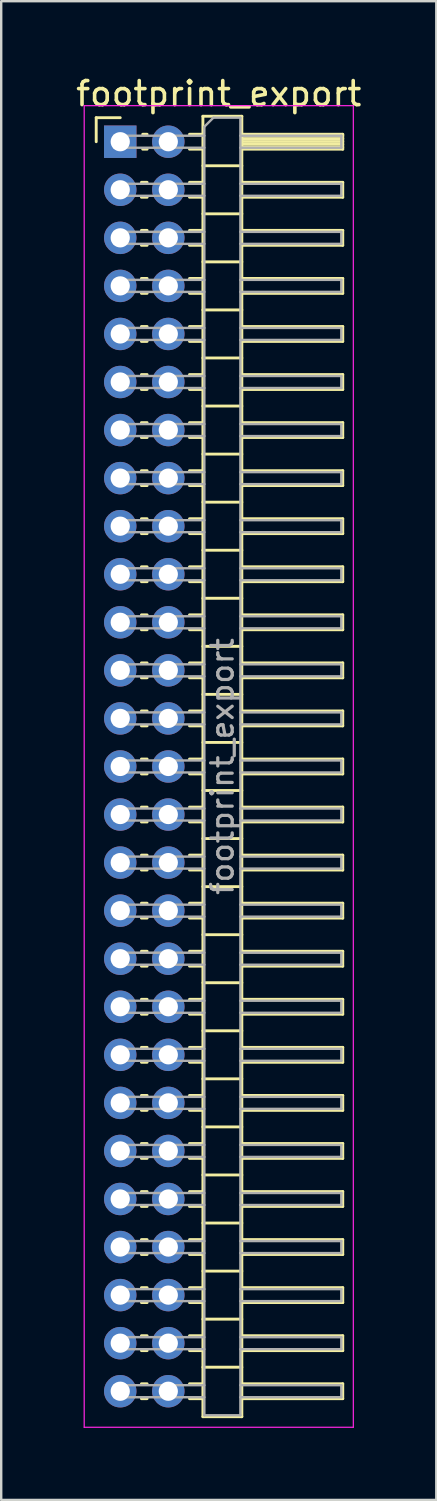
<source format=kicad_pcb>
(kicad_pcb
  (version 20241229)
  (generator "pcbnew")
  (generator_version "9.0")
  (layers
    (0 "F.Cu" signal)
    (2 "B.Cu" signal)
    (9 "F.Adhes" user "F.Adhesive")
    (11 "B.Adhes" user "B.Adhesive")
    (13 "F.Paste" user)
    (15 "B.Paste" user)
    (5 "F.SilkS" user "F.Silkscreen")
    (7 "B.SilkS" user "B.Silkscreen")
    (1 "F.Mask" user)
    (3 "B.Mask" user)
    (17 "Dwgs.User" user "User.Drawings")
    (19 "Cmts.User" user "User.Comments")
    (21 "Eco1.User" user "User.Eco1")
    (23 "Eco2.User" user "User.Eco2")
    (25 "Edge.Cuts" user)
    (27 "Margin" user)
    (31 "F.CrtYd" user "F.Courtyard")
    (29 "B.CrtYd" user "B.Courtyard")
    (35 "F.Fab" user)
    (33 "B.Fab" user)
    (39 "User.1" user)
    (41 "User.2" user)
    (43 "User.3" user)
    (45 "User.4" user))
  (footprint "footprint_export"
    (layer "F.Cu")
    (at 1.954 2.848)
    (property "Reference" "footprint_export" (at 4.1 -2 0) (layer "F.SilkS") (effects (font (size 1 1) (thickness 0.15))))
    (attr through_hole)
    (fp_line (start -1 -1) (end 0 -1) (stroke (width 0.12) (type solid)) (layer "F.SilkS"))
    (fp_line (start -1 0) (end -1 -1) (stroke (width 0.12) (type solid)) (layer "F.SilkS"))
    (fp_line (start 0.882 1.69) (end 1.118 1.69) (stroke (width 0.12) (type solid)) (layer "F.SilkS"))
    (fp_line (start 0.882 2.31) (end 1.118 2.31) (stroke (width 0.12) (type solid)) (layer "F.SilkS"))
    (fp_line (start 0.882 3.69) (end 1.118 3.69) (stroke (width 0.12) (type solid)) (layer "F.SilkS"))
    (fp_line (start 0.882 4.31) (end 1.118 4.31) (stroke (width 0.12) (type solid)) (layer "F.SilkS"))
    (fp_line (start 0.882 5.69) (end 1.118 5.69) (stroke (width 0.12) (type solid)) (layer "F.SilkS"))
    (fp_line (start 0.882 6.31) (end 1.118 6.31) (stroke (width 0.12) (type solid)) (layer "F.SilkS"))
    (fp_line (start 0.882 7.69) (end 1.118 7.69) (stroke (width 0.12) (type solid)) (layer "F.SilkS"))
    (fp_line (start 0.882 8.31) (end 1.118 8.31) (stroke (width 0.12) (type solid)) (layer "F.SilkS"))
    (fp_line (start 0.882 9.69) (end 1.118 9.69) (stroke (width 0.12) (type solid)) (layer "F.SilkS"))
    (fp_line (start 0.882 10.31) (end 1.118 10.31) (stroke (width 0.12) (type solid)) (layer "F.SilkS"))
    (fp_line (start 0.882 11.69) (end 1.118 11.69) (stroke (width 0.12) (type solid)) (layer "F.SilkS"))
    (fp_line (start 0.882 12.31) (end 1.118 12.31) (stroke (width 0.12) (type solid)) (layer "F.SilkS"))
    (fp_line (start 0.882 13.69) (end 1.118 13.69) (stroke (width 0.12) (type solid)) (layer "F.SilkS"))
    (fp_line (start 0.882 14.31) (end 1.118 14.31) (stroke (width 0.12) (type solid)) (layer "F.SilkS"))
    (fp_line (start 0.882 15.69) (end 1.118 15.69) (stroke (width 0.12) (type solid)) (layer "F.SilkS"))
    (fp_line (start 0.882 16.31) (end 1.118 16.31) (stroke (width 0.12) (type solid)) (layer "F.SilkS"))
    (fp_line (start 0.882 17.69) (end 1.118 17.69) (stroke (width 0.12) (type solid)) (layer "F.SilkS"))
    (fp_line (start 0.882 18.31) (end 1.118 18.31) (stroke (width 0.12) (type solid)) (layer "F.SilkS"))
    (fp_line (start 0.882 19.69) (end 1.118 19.69) (stroke (width 0.12) (type solid)) (layer "F.SilkS"))
    (fp_line (start 0.882 20.31) (end 1.118 20.31) (stroke (width 0.12) (type solid)) (layer "F.SilkS"))
    (fp_line (start 0.882 21.69) (end 1.118 21.69) (stroke (width 0.12) (type solid)) (layer "F.SilkS"))
    (fp_line (start 0.882 22.31) (end 1.118 22.31) (stroke (width 0.12) (type solid)) (layer "F.SilkS"))
    (fp_line (start 0.882 23.69) (end 1.118 23.69) (stroke (width 0.12) (type solid)) (layer "F.SilkS"))
    (fp_line (start 0.882 24.31) (end 1.118 24.31) (stroke (width 0.12) (type solid)) (layer "F.SilkS"))
    (fp_line (start 0.882 25.69) (end 1.118 25.69) (stroke (width 0.12) (type solid)) (layer "F.SilkS"))
    (fp_line (start 0.882 26.31) (end 1.118 26.31) (stroke (width 0.12) (type solid)) (layer "F.SilkS"))
    (fp_line (start 0.882 27.69) (end 1.118 27.69) (stroke (width 0.12) (type solid)) (layer "F.SilkS"))
    (fp_line (start 0.882 28.31) (end 1.118 28.31) (stroke (width 0.12) (type solid)) (layer "F.SilkS"))
    (fp_line (start 0.882 29.69) (end 1.118 29.69) (stroke (width 0.12) (type solid)) (layer "F.SilkS"))
    (fp_line (start 0.882 30.31) (end 1.118 30.31) (stroke (width 0.12) (type solid)) (layer "F.SilkS"))
    (fp_line (start 0.882 31.69) (end 1.118 31.69) (stroke (width 0.12) (type solid)) (layer "F.SilkS"))
    (fp_line (start 0.882 32.31) (end 1.118 32.31) (stroke (width 0.12) (type solid)) (layer "F.SilkS"))
    (fp_line (start 0.882 33.69) (end 1.118 33.69) (stroke (width 0.12) (type solid)) (layer "F.SilkS"))
    (fp_line (start 0.882 34.31) (end 1.118 34.31) (stroke (width 0.12) (type solid)) (layer "F.SilkS"))
    (fp_line (start 0.882 35.69) (end 1.118 35.69) (stroke (width 0.12) (type solid)) (layer "F.SilkS"))
    (fp_line (start 0.882 36.31) (end 1.118 36.31) (stroke (width 0.12) (type solid)) (layer "F.SilkS"))
    (fp_line (start 0.882 37.69) (end 1.118 37.69) (stroke (width 0.12) (type solid)) (layer "F.SilkS"))
    (fp_line (start 0.882 38.31) (end 1.118 38.31) (stroke (width 0.12) (type solid)) (layer "F.SilkS"))
    (fp_line (start 0.882 39.69) (end 1.118 39.69) (stroke (width 0.12) (type solid)) (layer "F.SilkS"))
    (fp_line (start 0.882 40.31) (end 1.118 40.31) (stroke (width 0.12) (type solid)) (layer "F.SilkS"))
    (fp_line (start 0.882 41.69) (end 1.118 41.69) (stroke (width 0.12) (type solid)) (layer "F.SilkS"))
    (fp_line (start 0.882 42.31) (end 1.118 42.31) (stroke (width 0.12) (type solid)) (layer "F.SilkS"))
    (fp_line (start 0.882 43.69) (end 1.118 43.69) (stroke (width 0.12) (type solid)) (layer "F.SilkS"))
    (fp_line (start 0.882 44.31) (end 1.118 44.31) (stroke (width 0.12) (type solid)) (layer "F.SilkS"))
    (fp_line (start 0.882 45.69) (end 1.118 45.69) (stroke (width 0.12) (type solid)) (layer "F.SilkS"))
    (fp_line (start 0.882 46.31) (end 1.118 46.31) (stroke (width 0.12) (type solid)) (layer "F.SilkS"))
    (fp_line (start 0.882 47.69) (end 1.118 47.69) (stroke (width 0.12) (type solid)) (layer "F.SilkS"))
    (fp_line (start 0.882 48.31) (end 1.118 48.31) (stroke (width 0.12) (type solid)) (layer "F.SilkS"))
    (fp_line (start 0.882 49.69) (end 1.118 49.69) (stroke (width 0.12) (type solid)) (layer "F.SilkS"))
    (fp_line (start 0.882 50.31) (end 1.118 50.31) (stroke (width 0.12) (type solid)) (layer "F.SilkS"))
    (fp_line (start 0.882 51.69) (end 1.118 51.69) (stroke (width 0.12) (type solid)) (layer "F.SilkS"))
    (fp_line (start 0.882 52.31) (end 1.118 52.31) (stroke (width 0.12) (type solid)) (layer "F.SilkS"))
    (fp_line (start 0.935 -0.31) (end 1.118 -0.31) (stroke (width 0.12) (type solid)) (layer "F.SilkS"))
    (fp_line (start 0.935 0.31) (end 1.118 0.31) (stroke (width 0.12) (type solid)) (layer "F.SilkS"))
    (fp_line (start 2.882 -0.31) (end 3.44 -0.31) (stroke (width 0.12) (type solid)) (layer "F.SilkS"))
    (fp_line (start 2.882 0.31) (end 3.44 0.31) (stroke (width 0.12) (type solid)) (layer "F.SilkS"))
    (fp_line (start 2.882 1.69) (end 3.44 1.69) (stroke (width 0.12) (type solid)) (layer "F.SilkS"))
    (fp_line (start 2.882 2.31) (end 3.44 2.31) (stroke (width 0.12) (type solid)) (layer "F.SilkS"))
    (fp_line (start 2.882 3.69) (end 3.44 3.69) (stroke (width 0.12) (type solid)) (layer "F.SilkS"))
    (fp_line (start 2.882 4.31) (end 3.44 4.31) (stroke (width 0.12) (type solid)) (layer "F.SilkS"))
    (fp_line (start 2.882 5.69) (end 3.44 5.69) (stroke (width 0.12) (type solid)) (layer "F.SilkS"))
    (fp_line (start 2.882 6.31) (end 3.44 6.31) (stroke (width 0.12) (type solid)) (layer "F.SilkS"))
    (fp_line (start 2.882 7.69) (end 3.44 7.69) (stroke (width 0.12) (type solid)) (layer "F.SilkS"))
    (fp_line (start 2.882 8.31) (end 3.44 8.31) (stroke (width 0.12) (type solid)) (layer "F.SilkS"))
    (fp_line (start 2.882 9.69) (end 3.44 9.69) (stroke (width 0.12) (type solid)) (layer "F.SilkS"))
    (fp_line (start 2.882 10.31) (end 3.44 10.31) (stroke (width 0.12) (type solid)) (layer "F.SilkS"))
    (fp_line (start 2.882 11.69) (end 3.44 11.69) (stroke (width 0.12) (type solid)) (layer "F.SilkS"))
    (fp_line (start 2.882 12.31) (end 3.44 12.31) (stroke (width 0.12) (type solid)) (layer "F.SilkS"))
    (fp_line (start 2.882 13.69) (end 3.44 13.69) (stroke (width 0.12) (type solid)) (layer "F.SilkS"))
    (fp_line (start 2.882 14.31) (end 3.44 14.31) (stroke (width 0.12) (type solid)) (layer "F.SilkS"))
    (fp_line (start 2.882 15.69) (end 3.44 15.69) (stroke (width 0.12) (type solid)) (layer "F.SilkS"))
    (fp_line (start 2.882 16.31) (end 3.44 16.31) (stroke (width 0.12) (type solid)) (layer "F.SilkS"))
    (fp_line (start 2.882 17.69) (end 3.44 17.69) (stroke (width 0.12) (type solid)) (layer "F.SilkS"))
    (fp_line (start 2.882 18.31) (end 3.44 18.31) (stroke (width 0.12) (type solid)) (layer "F.SilkS"))
    (fp_line (start 2.882 19.69) (end 3.44 19.69) (stroke (width 0.12) (type solid)) (layer "F.SilkS"))
    (fp_line (start 2.882 20.31) (end 3.44 20.31) (stroke (width 0.12) (type solid)) (layer "F.SilkS"))
    (fp_line (start 2.882 21.69) (end 3.44 21.69) (stroke (width 0.12) (type solid)) (layer "F.SilkS"))
    (fp_line (start 2.882 22.31) (end 3.44 22.31) (stroke (width 0.12) (type solid)) (layer "F.SilkS"))
    (fp_line (start 2.882 23.69) (end 3.44 23.69) (stroke (width 0.12) (type solid)) (layer "F.SilkS"))
    (fp_line (start 2.882 24.31) (end 3.44 24.31) (stroke (width 0.12) (type solid)) (layer "F.SilkS"))
    (fp_line (start 2.882 25.69) (end 3.44 25.69) (stroke (width 0.12) (type solid)) (layer "F.SilkS"))
    (fp_line (start 2.882 26.31) (end 3.44 26.31) (stroke (width 0.12) (type solid)) (layer "F.SilkS"))
    (fp_line (start 2.882 27.69) (end 3.44 27.69) (stroke (width 0.12) (type solid)) (layer "F.SilkS"))
    (fp_line (start 2.882 28.31) (end 3.44 28.31) (stroke (width 0.12) (type solid)) (layer "F.SilkS"))
    (fp_line (start 2.882 29.69) (end 3.44 29.69) (stroke (width 0.12) (type solid)) (layer "F.SilkS"))
    (fp_line (start 2.882 30.31) (end 3.44 30.31) (stroke (width 0.12) (type solid)) (layer "F.SilkS"))
    (fp_line (start 2.882 31.69) (end 3.44 31.69) (stroke (width 0.12) (type solid)) (layer "F.SilkS"))
    (fp_line (start 2.882 32.31) (end 3.44 32.31) (stroke (width 0.12) (type solid)) (layer "F.SilkS"))
    (fp_line (start 2.882 33.69) (end 3.44 33.69) (stroke (width 0.12) (type solid)) (layer "F.SilkS"))
    (fp_line (start 2.882 34.31) (end 3.44 34.31) (stroke (width 0.12) (type solid)) (layer "F.SilkS"))
    (fp_line (start 2.882 35.69) (end 3.44 35.69) (stroke (width 0.12) (type solid)) (layer "F.SilkS"))
    (fp_line (start 2.882 36.31) (end 3.44 36.31) (stroke (width 0.12) (type solid)) (layer "F.SilkS"))
    (fp_line (start 2.882 37.69) (end 3.44 37.69) (stroke (width 0.12) (type solid)) (layer "F.SilkS"))
    (fp_line (start 2.882 38.31) (end 3.44 38.31) (stroke (width 0.12) (type solid)) (layer "F.SilkS"))
    (fp_line (start 2.882 39.69) (end 3.44 39.69) (stroke (width 0.12) (type solid)) (layer "F.SilkS"))
    (fp_line (start 2.882 40.31) (end 3.44 40.31) (stroke (width 0.12) (type solid)) (layer "F.SilkS"))
    (fp_line (start 2.882 41.69) (end 3.44 41.69) (stroke (width 0.12) (type solid)) (layer "F.SilkS"))
    (fp_line (start 2.882 42.31) (end 3.44 42.31) (stroke (width 0.12) (type solid)) (layer "F.SilkS"))
    (fp_line (start 2.882 43.69) (end 3.44 43.69) (stroke (width 0.12) (type solid)) (layer "F.SilkS"))
    (fp_line (start 2.882 44.31) (end 3.44 44.31) (stroke (width 0.12) (type solid)) (layer "F.SilkS"))
    (fp_line (start 2.882 45.69) (end 3.44 45.69) (stroke (width 0.12) (type solid)) (layer "F.SilkS"))
    (fp_line (start 2.882 46.31) (end 3.44 46.31) (stroke (width 0.12) (type solid)) (layer "F.SilkS"))
    (fp_line (start 2.882 47.69) (end 3.44 47.69) (stroke (width 0.12) (type solid)) (layer "F.SilkS"))
    (fp_line (start 2.882 48.31) (end 3.44 48.31) (stroke (width 0.12) (type solid)) (layer "F.SilkS"))
    (fp_line (start 2.882 49.69) (end 3.44 49.69) (stroke (width 0.12) (type solid)) (layer "F.SilkS"))
    (fp_line (start 2.882 50.31) (end 3.44 50.31) (stroke (width 0.12) (type solid)) (layer "F.SilkS"))
    (fp_line (start 2.882 51.69) (end 3.44 51.69) (stroke (width 0.12) (type solid)) (layer "F.SilkS"))
    (fp_line (start 2.882 52.31) (end 3.44 52.31) (stroke (width 0.12) (type solid)) (layer "F.SilkS"))
    (fp_line (start 3.44 -1.06) (end 3.44 53.06) (stroke (width 0.12) (type solid)) (layer "F.SilkS"))
    (fp_line (start 3.44 1) (end 5.06 1) (stroke (width 0.12) (type solid)) (layer "F.SilkS"))
    (fp_line (start 3.44 3) (end 5.06 3) (stroke (width 0.12) (type solid)) (layer "F.SilkS"))
    (fp_line (start 3.44 5) (end 5.06 5) (stroke (width 0.12) (type solid)) (layer "F.SilkS"))
    (fp_line (start 3.44 7) (end 5.06 7) (stroke (width 0.12) (type solid)) (layer "F.SilkS"))
    (fp_line (start 3.44 9) (end 5.06 9) (stroke (width 0.12) (type solid)) (layer "F.SilkS"))
    (fp_line (start 3.44 11) (end 5.06 11) (stroke (width 0.12) (type solid)) (layer "F.SilkS"))
    (fp_line (start 3.44 13) (end 5.06 13) (stroke (width 0.12) (type solid)) (layer "F.SilkS"))
    (fp_line (start 3.44 15) (end 5.06 15) (stroke (width 0.12) (type solid)) (layer "F.SilkS"))
    (fp_line (start 3.44 17) (end 5.06 17) (stroke (width 0.12) (type solid)) (layer "F.SilkS"))
    (fp_line (start 3.44 19) (end 5.06 19) (stroke (width 0.12) (type solid)) (layer "F.SilkS"))
    (fp_line (start 3.44 21) (end 5.06 21) (stroke (width 0.12) (type solid)) (layer "F.SilkS"))
    (fp_line (start 3.44 23) (end 5.06 23) (stroke (width 0.12) (type solid)) (layer "F.SilkS"))
    (fp_line (start 3.44 25) (end 5.06 25) (stroke (width 0.12) (type solid)) (layer "F.SilkS"))
    (fp_line (start 3.44 27) (end 5.06 27) (stroke (width 0.12) (type solid)) (layer "F.SilkS"))
    (fp_line (start 3.44 29) (end 5.06 29) (stroke (width 0.12) (type solid)) (layer "F.SilkS"))
    (fp_line (start 3.44 31) (end 5.06 31) (stroke (width 0.12) (type solid)) (layer "F.SilkS"))
    (fp_line (start 3.44 33) (end 5.06 33) (stroke (width 0.12) (type solid)) (layer "F.SilkS"))
    (fp_line (start 3.44 35) (end 5.06 35) (stroke (width 0.12) (type solid)) (layer "F.SilkS"))
    (fp_line (start 3.44 37) (end 5.06 37) (stroke (width 0.12) (type solid)) (layer "F.SilkS"))
    (fp_line (start 3.44 39) (end 5.06 39) (stroke (width 0.12) (type solid)) (layer "F.SilkS"))
    (fp_line (start 3.44 41) (end 5.06 41) (stroke (width 0.12) (type solid)) (layer "F.SilkS"))
    (fp_line (start 3.44 43) (end 5.06 43) (stroke (width 0.12) (type solid)) (layer "F.SilkS"))
    (fp_line (start 3.44 45) (end 5.06 45) (stroke (width 0.12) (type solid)) (layer "F.SilkS"))
    (fp_line (start 3.44 47) (end 5.06 47) (stroke (width 0.12) (type solid)) (layer "F.SilkS"))
    (fp_line (start 3.44 49) (end 5.06 49) (stroke (width 0.12) (type solid)) (layer "F.SilkS"))
    (fp_line (start 3.44 51) (end 5.06 51) (stroke (width 0.12) (type solid)) (layer "F.SilkS"))
    (fp_line (start 3.44 53.06) (end 5.06 53.06) (stroke (width 0.12) (type solid)) (layer "F.SilkS"))
    (fp_line (start 5.06 -1.06) (end 3.44 -1.06) (stroke (width 0.12) (type solid)) (layer "F.SilkS"))
    (fp_line (start 5.06 -0.31) (end 9.26 -0.31) (stroke (width 0.12) (type solid)) (layer "F.SilkS"))
    (fp_line (start 5.06 -0.25) (end 9.26 -0.25) (stroke (width 0.12) (type solid)) (layer "F.SilkS"))
    (fp_line (start 5.06 -0.13) (end 9.26 -0.13) (stroke (width 0.12) (type solid)) (layer "F.SilkS"))
    (fp_line (start 5.06 -0.01) (end 9.26 -0.01) (stroke (width 0.12) (type solid)) (layer "F.SilkS"))
    (fp_line (start 5.06 0.11) (end 9.26 0.11) (stroke (width 0.12) (type solid)) (layer "F.SilkS"))
    (fp_line (start 5.06 0.23) (end 9.26 0.23) (stroke (width 0.12) (type solid)) (layer "F.SilkS"))
    (fp_line (start 5.06 1.69) (end 9.26 1.69) (stroke (width 0.12) (type solid)) (layer "F.SilkS"))
    (fp_line (start 5.06 3.69) (end 9.26 3.69) (stroke (width 0.12) (type solid)) (layer "F.SilkS"))
    (fp_line (start 5.06 5.69) (end 9.26 5.69) (stroke (width 0.12) (type solid)) (layer "F.SilkS"))
    (fp_line (start 5.06 7.69) (end 9.26 7.69) (stroke (width 0.12) (type solid)) (layer "F.SilkS"))
    (fp_line (start 5.06 9.69) (end 9.26 9.69) (stroke (width 0.12) (type solid)) (layer "F.SilkS"))
    (fp_line (start 5.06 11.69) (end 9.26 11.69) (stroke (width 0.12) (type solid)) (layer "F.SilkS"))
    (fp_line (start 5.06 13.69) (end 9.26 13.69) (stroke (width 0.12) (type solid)) (layer "F.SilkS"))
    (fp_line (start 5.06 15.69) (end 9.26 15.69) (stroke (width 0.12) (type solid)) (layer "F.SilkS"))
    (fp_line (start 5.06 17.69) (end 9.26 17.69) (stroke (width 0.12) (type solid)) (layer "F.SilkS"))
    (fp_line (start 5.06 19.69) (end 9.26 19.69) (stroke (width 0.12) (type solid)) (layer "F.SilkS"))
    (fp_line (start 5.06 21.69) (end 9.26 21.69) (stroke (width 0.12) (type solid)) (layer "F.SilkS"))
    (fp_line (start 5.06 23.69) (end 9.26 23.69) (stroke (width 0.12) (type solid)) (layer "F.SilkS"))
    (fp_line (start 5.06 25.69) (end 9.26 25.69) (stroke (width 0.12) (type solid)) (layer "F.SilkS"))
    (fp_line (start 5.06 27.69) (end 9.26 27.69) (stroke (width 0.12) (type solid)) (layer "F.SilkS"))
    (fp_line (start 5.06 29.69) (end 9.26 29.69) (stroke (width 0.12) (type solid)) (layer "F.SilkS"))
    (fp_line (start 5.06 31.69) (end 9.26 31.69) (stroke (width 0.12) (type solid)) (layer "F.SilkS"))
    (fp_line (start 5.06 33.69) (end 9.26 33.69) (stroke (width 0.12) (type solid)) (layer "F.SilkS"))
    (fp_line (start 5.06 35.69) (end 9.26 35.69) (stroke (width 0.12) (type solid)) (layer "F.SilkS"))
    (fp_line (start 5.06 37.69) (end 9.26 37.69) (stroke (width 0.12) (type solid)) (layer "F.SilkS"))
    (fp_line (start 5.06 39.69) (end 9.26 39.69) (stroke (width 0.12) (type solid)) (layer "F.SilkS"))
    (fp_line (start 5.06 41.69) (end 9.26 41.69) (stroke (width 0.12) (type solid)) (layer "F.SilkS"))
    (fp_line (start 5.06 43.69) (end 9.26 43.69) (stroke (width 0.12) (type solid)) (layer "F.SilkS"))
    (fp_line (start 5.06 45.69) (end 9.26 45.69) (stroke (width 0.12) (type solid)) (layer "F.SilkS"))
    (fp_line (start 5.06 47.69) (end 9.26 47.69) (stroke (width 0.12) (type solid)) (layer "F.SilkS"))
    (fp_line (start 5.06 49.69) (end 9.26 49.69) (stroke (width 0.12) (type solid)) (layer "F.SilkS"))
    (fp_line (start 5.06 51.69) (end 9.26 51.69) (stroke (width 0.12) (type solid)) (layer "F.SilkS"))
    (fp_line (start 5.06 53.06) (end 5.06 -1.06) (stroke (width 0.12) (type solid)) (layer "F.SilkS"))
    (fp_line (start 9.26 -0.31) (end 9.26 0.31) (stroke (width 0.12) (type solid)) (layer "F.SilkS"))
    (fp_line (start 9.26 0.31) (end 5.06 0.31) (stroke (width 0.12) (type solid)) (layer "F.SilkS"))
    (fp_line (start 9.26 1.69) (end 9.26 2.31) (stroke (width 0.12) (type solid)) (layer "F.SilkS"))
    (fp_line (start 9.26 2.31) (end 5.06 2.31) (stroke (width 0.12) (type solid)) (layer "F.SilkS"))
    (fp_line (start 9.26 3.69) (end 9.26 4.31) (stroke (width 0.12) (type solid)) (layer "F.SilkS"))
    (fp_line (start 9.26 4.31) (end 5.06 4.31) (stroke (width 0.12) (type solid)) (layer "F.SilkS"))
    (fp_line (start 9.26 5.69) (end 9.26 6.31) (stroke (width 0.12) (type solid)) (layer "F.SilkS"))
    (fp_line (start 9.26 6.31) (end 5.06 6.31) (stroke (width 0.12) (type solid)) (layer "F.SilkS"))
    (fp_line (start 9.26 7.69) (end 9.26 8.31) (stroke (width 0.12) (type solid)) (layer "F.SilkS"))
    (fp_line (start 9.26 8.31) (end 5.06 8.31) (stroke (width 0.12) (type solid)) (layer "F.SilkS"))
    (fp_line (start 9.26 9.69) (end 9.26 10.31) (stroke (width 0.12) (type solid)) (layer "F.SilkS"))
    (fp_line (start 9.26 10.31) (end 5.06 10.31) (stroke (width 0.12) (type solid)) (layer "F.SilkS"))
    (fp_line (start 9.26 11.69) (end 9.26 12.31) (stroke (width 0.12) (type solid)) (layer "F.SilkS"))
    (fp_line (start 9.26 12.31) (end 5.06 12.31) (stroke (width 0.12) (type solid)) (layer "F.SilkS"))
    (fp_line (start 9.26 13.69) (end 9.26 14.31) (stroke (width 0.12) (type solid)) (layer "F.SilkS"))
    (fp_line (start 9.26 14.31) (end 5.06 14.31) (stroke (width 0.12) (type solid)) (layer "F.SilkS"))
    (fp_line (start 9.26 15.69) (end 9.26 16.31) (stroke (width 0.12) (type solid)) (layer "F.SilkS"))
    (fp_line (start 9.26 16.31) (end 5.06 16.31) (stroke (width 0.12) (type solid)) (layer "F.SilkS"))
    (fp_line (start 9.26 17.69) (end 9.26 18.31) (stroke (width 0.12) (type solid)) (layer "F.SilkS"))
    (fp_line (start 9.26 18.31) (end 5.06 18.31) (stroke (width 0.12) (type solid)) (layer "F.SilkS"))
    (fp_line (start 9.26 19.69) (end 9.26 20.31) (stroke (width 0.12) (type solid)) (layer "F.SilkS"))
    (fp_line (start 9.26 20.31) (end 5.06 20.31) (stroke (width 0.12) (type solid)) (layer "F.SilkS"))
    (fp_line (start 9.26 21.69) (end 9.26 22.31) (stroke (width 0.12) (type solid)) (layer "F.SilkS"))
    (fp_line (start 9.26 22.31) (end 5.06 22.31) (stroke (width 0.12) (type solid)) (layer "F.SilkS"))
    (fp_line (start 9.26 23.69) (end 9.26 24.31) (stroke (width 0.12) (type solid)) (layer "F.SilkS"))
    (fp_line (start 9.26 24.31) (end 5.06 24.31) (stroke (width 0.12) (type solid)) (layer "F.SilkS"))
    (fp_line (start 9.26 25.69) (end 9.26 26.31) (stroke (width 0.12) (type solid)) (layer "F.SilkS"))
    (fp_line (start 9.26 26.31) (end 5.06 26.31) (stroke (width 0.12) (type solid)) (layer "F.SilkS"))
    (fp_line (start 9.26 27.69) (end 9.26 28.31) (stroke (width 0.12) (type solid)) (layer "F.SilkS"))
    (fp_line (start 9.26 28.31) (end 5.06 28.31) (stroke (width 0.12) (type solid)) (layer "F.SilkS"))
    (fp_line (start 9.26 29.69) (end 9.26 30.31) (stroke (width 0.12) (type solid)) (layer "F.SilkS"))
    (fp_line (start 9.26 30.31) (end 5.06 30.31) (stroke (width 0.12) (type solid)) (layer "F.SilkS"))
    (fp_line (start 9.26 31.69) (end 9.26 32.31) (stroke (width 0.12) (type solid)) (layer "F.SilkS"))
    (fp_line (start 9.26 32.31) (end 5.06 32.31) (stroke (width 0.12) (type solid)) (layer "F.SilkS"))
    (fp_line (start 9.26 33.69) (end 9.26 34.31) (stroke (width 0.12) (type solid)) (layer "F.SilkS"))
    (fp_line (start 9.26 34.31) (end 5.06 34.31) (stroke (width 0.12) (type solid)) (layer "F.SilkS"))
    (fp_line (start 9.26 35.69) (end 9.26 36.31) (stroke (width 0.12) (type solid)) (layer "F.SilkS"))
    (fp_line (start 9.26 36.31) (end 5.06 36.31) (stroke (width 0.12) (type solid)) (layer "F.SilkS"))
    (fp_line (start 9.26 37.69) (end 9.26 38.31) (stroke (width 0.12) (type solid)) (layer "F.SilkS"))
    (fp_line (start 9.26 38.31) (end 5.06 38.31) (stroke (width 0.12) (type solid)) (layer "F.SilkS"))
    (fp_line (start 9.26 39.69) (end 9.26 40.31) (stroke (width 0.12) (type solid)) (layer "F.SilkS"))
    (fp_line (start 9.26 40.31) (end 5.06 40.31) (stroke (width 0.12) (type solid)) (layer "F.SilkS"))
    (fp_line (start 9.26 41.69) (end 9.26 42.31) (stroke (width 0.12) (type solid)) (layer "F.SilkS"))
    (fp_line (start 9.26 42.31) (end 5.06 42.31) (stroke (width 0.12) (type solid)) (layer "F.SilkS"))
    (fp_line (start 9.26 43.69) (end 9.26 44.31) (stroke (width 0.12) (type solid)) (layer "F.SilkS"))
    (fp_line (start 9.26 44.31) (end 5.06 44.31) (stroke (width 0.12) (type solid)) (layer "F.SilkS"))
    (fp_line (start 9.26 45.69) (end 9.26 46.31) (stroke (width 0.12) (type solid)) (layer "F.SilkS"))
    (fp_line (start 9.26 46.31) (end 5.06 46.31) (stroke (width 0.12) (type solid)) (layer "F.SilkS"))
    (fp_line (start 9.26 47.69) (end 9.26 48.31) (stroke (width 0.12) (type solid)) (layer "F.SilkS"))
    (fp_line (start 9.26 48.31) (end 5.06 48.31) (stroke (width 0.12) (type solid)) (layer "F.SilkS"))
    (fp_line (start 9.26 49.69) (end 9.26 50.31) (stroke (width 0.12) (type solid)) (layer "F.SilkS"))
    (fp_line (start 9.26 50.31) (end 5.06 50.31) (stroke (width 0.12) (type solid)) (layer "F.SilkS"))
    (fp_line (start 9.26 51.69) (end 9.26 52.31) (stroke (width 0.12) (type solid)) (layer "F.SilkS"))
    (fp_line (start 9.26 52.31) (end 5.06 52.31) (stroke (width 0.12) (type solid)) (layer "F.SilkS"))
    (fp_line (start -1.5 -1.5) (end -1.5 53.5) (stroke (width 0.05) (type solid)) (layer "F.CrtYd"))
    (fp_line (start -1.5 53.5) (end 9.7 53.5) (stroke (width 0.05) (type solid)) (layer "F.CrtYd"))
    (fp_line (start 9.7 -1.5) (end -1.5 -1.5) (stroke (width 0.05) (type solid)) (layer "F.CrtYd"))
    (fp_line (start 9.7 53.5) (end 9.7 -1.5) (stroke (width 0.05) (type solid)) (layer "F.CrtYd"))
    (fp_line (start -0.25 -0.25) (end -0.25 0.25) (stroke (width 0.1) (type solid)) (layer "F.Fab"))
    (fp_line (start -0.25 -0.25) (end 3.5 -0.25) (stroke (width 0.1) (type solid)) (layer "F.Fab"))
    (fp_line (start -0.25 0.25) (end 3.5 0.25) (stroke (width 0.1) (type solid)) (layer "F.Fab"))
    (fp_line (start -0.25 1.75) (end -0.25 2.25) (stroke (width 0.1) (type solid)) (layer "F.Fab"))
    (fp_line (start -0.25 1.75) (end 3.5 1.75) (stroke (width 0.1) (type solid)) (layer "F.Fab"))
    (fp_line (start -0.25 2.25) (end 3.5 2.25) (stroke (width 0.1) (type solid)) (layer "F.Fab"))
    (fp_line (start -0.25 3.75) (end -0.25 4.25) (stroke (width 0.1) (type solid)) (layer "F.Fab"))
    (fp_line (start -0.25 3.75) (end 3.5 3.75) (stroke (width 0.1) (type solid)) (layer "F.Fab"))
    (fp_line (start -0.25 4.25) (end 3.5 4.25) (stroke (width 0.1) (type solid)) (layer "F.Fab"))
    (fp_line (start -0.25 5.75) (end -0.25 6.25) (stroke (width 0.1) (type solid)) (layer "F.Fab"))
    (fp_line (start -0.25 5.75) (end 3.5 5.75) (stroke (width 0.1) (type solid)) (layer "F.Fab"))
    (fp_line (start -0.25 6.25) (end 3.5 6.25) (stroke (width 0.1) (type solid)) (layer "F.Fab"))
    (fp_line (start -0.25 7.75) (end -0.25 8.25) (stroke (width 0.1) (type solid)) (layer "F.Fab"))
    (fp_line (start -0.25 7.75) (end 3.5 7.75) (stroke (width 0.1) (type solid)) (layer "F.Fab"))
    (fp_line (start -0.25 8.25) (end 3.5 8.25) (stroke (width 0.1) (type solid)) (layer "F.Fab"))
    (fp_line (start -0.25 9.75) (end -0.25 10.25) (stroke (width 0.1) (type solid)) (layer "F.Fab"))
    (fp_line (start -0.25 9.75) (end 3.5 9.75) (stroke (width 0.1) (type solid)) (layer "F.Fab"))
    (fp_line (start -0.25 10.25) (end 3.5 10.25) (stroke (width 0.1) (type solid)) (layer "F.Fab"))
    (fp_line (start -0.25 11.75) (end -0.25 12.25) (stroke (width 0.1) (type solid)) (layer "F.Fab"))
    (fp_line (start -0.25 11.75) (end 3.5 11.75) (stroke (width 0.1) (type solid)) (layer "F.Fab"))
    (fp_line (start -0.25 12.25) (end 3.5 12.25) (stroke (width 0.1) (type solid)) (layer "F.Fab"))
    (fp_line (start -0.25 13.75) (end -0.25 14.25) (stroke (width 0.1) (type solid)) (layer "F.Fab"))
    (fp_line (start -0.25 13.75) (end 3.5 13.75) (stroke (width 0.1) (type solid)) (layer "F.Fab"))
    (fp_line (start -0.25 14.25) (end 3.5 14.25) (stroke (width 0.1) (type solid)) (layer "F.Fab"))
    (fp_line (start -0.25 15.75) (end -0.25 16.25) (stroke (width 0.1) (type solid)) (layer "F.Fab"))
    (fp_line (start -0.25 15.75) (end 3.5 15.75) (stroke (width 0.1) (type solid)) (layer "F.Fab"))
    (fp_line (start -0.25 16.25) (end 3.5 16.25) (stroke (width 0.1) (type solid)) (layer "F.Fab"))
    (fp_line (start -0.25 17.75) (end -0.25 18.25) (stroke (width 0.1) (type solid)) (layer "F.Fab"))
    (fp_line (start -0.25 17.75) (end 3.5 17.75) (stroke (width 0.1) (type solid)) (layer "F.Fab"))
    (fp_line (start -0.25 18.25) (end 3.5 18.25) (stroke (width 0.1) (type solid)) (layer "F.Fab"))
    (fp_line (start -0.25 19.75) (end -0.25 20.25) (stroke (width 0.1) (type solid)) (layer "F.Fab"))
    (fp_line (start -0.25 19.75) (end 3.5 19.75) (stroke (width 0.1) (type solid)) (layer "F.Fab"))
    (fp_line (start -0.25 20.25) (end 3.5 20.25) (stroke (width 0.1) (type solid)) (layer "F.Fab"))
    (fp_line (start -0.25 21.75) (end -0.25 22.25) (stroke (width 0.1) (type solid)) (layer "F.Fab"))
    (fp_line (start -0.25 21.75) (end 3.5 21.75) (stroke (width 0.1) (type solid)) (layer "F.Fab"))
    (fp_line (start -0.25 22.25) (end 3.5 22.25) (stroke (width 0.1) (type solid)) (layer "F.Fab"))
    (fp_line (start -0.25 23.75) (end -0.25 24.25) (stroke (width 0.1) (type solid)) (layer "F.Fab"))
    (fp_line (start -0.25 23.75) (end 3.5 23.75) (stroke (width 0.1) (type solid)) (layer "F.Fab"))
    (fp_line (start -0.25 24.25) (end 3.5 24.25) (stroke (width 0.1) (type solid)) (layer "F.Fab"))
    (fp_line (start -0.25 25.75) (end -0.25 26.25) (stroke (width 0.1) (type solid)) (layer "F.Fab"))
    (fp_line (start -0.25 25.75) (end 3.5 25.75) (stroke (width 0.1) (type solid)) (layer "F.Fab"))
    (fp_line (start -0.25 26.25) (end 3.5 26.25) (stroke (width 0.1) (type solid)) (layer "F.Fab"))
    (fp_line (start -0.25 27.75) (end -0.25 28.25) (stroke (width 0.1) (type solid)) (layer "F.Fab"))
    (fp_line (start -0.25 27.75) (end 3.5 27.75) (stroke (width 0.1) (type solid)) (layer "F.Fab"))
    (fp_line (start -0.25 28.25) (end 3.5 28.25) (stroke (width 0.1) (type solid)) (layer "F.Fab"))
    (fp_line (start -0.25 29.75) (end -0.25 30.25) (stroke (width 0.1) (type solid)) (layer "F.Fab"))
    (fp_line (start -0.25 29.75) (end 3.5 29.75) (stroke (width 0.1) (type solid)) (layer "F.Fab"))
    (fp_line (start -0.25 30.25) (end 3.5 30.25) (stroke (width 0.1) (type solid)) (layer "F.Fab"))
    (fp_line (start -0.25 31.75) (end -0.25 32.25) (stroke (width 0.1) (type solid)) (layer "F.Fab"))
    (fp_line (start -0.25 31.75) (end 3.5 31.75) (stroke (width 0.1) (type solid)) (layer "F.Fab"))
    (fp_line (start -0.25 32.25) (end 3.5 32.25) (stroke (width 0.1) (type solid)) (layer "F.Fab"))
    (fp_line (start -0.25 33.75) (end -0.25 34.25) (stroke (width 0.1) (type solid)) (layer "F.Fab"))
    (fp_line (start -0.25 33.75) (end 3.5 33.75) (stroke (width 0.1) (type solid)) (layer "F.Fab"))
    (fp_line (start -0.25 34.25) (end 3.5 34.25) (stroke (width 0.1) (type solid)) (layer "F.Fab"))
    (fp_line (start -0.25 35.75) (end -0.25 36.25) (stroke (width 0.1) (type solid)) (layer "F.Fab"))
    (fp_line (start -0.25 35.75) (end 3.5 35.75) (stroke (width 0.1) (type solid)) (layer "F.Fab"))
    (fp_line (start -0.25 36.25) (end 3.5 36.25) (stroke (width 0.1) (type solid)) (layer "F.Fab"))
    (fp_line (start -0.25 37.75) (end -0.25 38.25) (stroke (width 0.1) (type solid)) (layer "F.Fab"))
    (fp_line (start -0.25 37.75) (end 3.5 37.75) (stroke (width 0.1) (type solid)) (layer "F.Fab"))
    (fp_line (start -0.25 38.25) (end 3.5 38.25) (stroke (width 0.1) (type solid)) (layer "F.Fab"))
    (fp_line (start -0.25 39.75) (end -0.25 40.25) (stroke (width 0.1) (type solid)) (layer "F.Fab"))
    (fp_line (start -0.25 39.75) (end 3.5 39.75) (stroke (width 0.1) (type solid)) (layer "F.Fab"))
    (fp_line (start -0.25 40.25) (end 3.5 40.25) (stroke (width 0.1) (type solid)) (layer "F.Fab"))
    (fp_line (start -0.25 41.75) (end -0.25 42.25) (stroke (width 0.1) (type solid)) (layer "F.Fab"))
    (fp_line (start -0.25 41.75) (end 3.5 41.75) (stroke (width 0.1) (type solid)) (layer "F.Fab"))
    (fp_line (start -0.25 42.25) (end 3.5 42.25) (stroke (width 0.1) (type solid)) (layer "F.Fab"))
    (fp_line (start -0.25 43.75) (end -0.25 44.25) (stroke (width 0.1) (type solid)) (layer "F.Fab"))
    (fp_line (start -0.25 43.75) (end 3.5 43.75) (stroke (width 0.1) (type solid)) (layer "F.Fab"))
    (fp_line (start -0.25 44.25) (end 3.5 44.25) (stroke (width 0.1) (type solid)) (layer "F.Fab"))
    (fp_line (start -0.25 45.75) (end -0.25 46.25) (stroke (width 0.1) (type solid)) (layer "F.Fab"))
    (fp_line (start -0.25 45.75) (end 3.5 45.75) (stroke (width 0.1) (type solid)) (layer "F.Fab"))
    (fp_line (start -0.25 46.25) (end 3.5 46.25) (stroke (width 0.1) (type solid)) (layer "F.Fab"))
    (fp_line (start -0.25 47.75) (end -0.25 48.25) (stroke (width 0.1) (type solid)) (layer "F.Fab"))
    (fp_line (start -0.25 47.75) (end 3.5 47.75) (stroke (width 0.1) (type solid)) (layer "F.Fab"))
    (fp_line (start -0.25 48.25) (end 3.5 48.25) (stroke (width 0.1) (type solid)) (layer "F.Fab"))
    (fp_line (start -0.25 49.75) (end -0.25 50.25) (stroke (width 0.1) (type solid)) (layer "F.Fab"))
    (fp_line (start -0.25 49.75) (end 3.5 49.75) (stroke (width 0.1) (type solid)) (layer "F.Fab"))
    (fp_line (start -0.25 50.25) (end 3.5 50.25) (stroke (width 0.1) (type solid)) (layer "F.Fab"))
    (fp_line (start -0.25 51.75) (end -0.25 52.25) (stroke (width 0.1) (type solid)) (layer "F.Fab"))
    (fp_line (start -0.25 51.75) (end 3.5 51.75) (stroke (width 0.1) (type solid)) (layer "F.Fab"))
    (fp_line (start -0.25 52.25) (end 3.5 52.25) (stroke (width 0.1) (type solid)) (layer "F.Fab"))
    (fp_line (start 3.5 -0.625) (end 3.875 -1) (stroke (width 0.1) (type solid)) (layer "F.Fab"))
    (fp_line (start 3.5 53) (end 3.5 -0.625) (stroke (width 0.1) (type solid)) (layer "F.Fab"))
    (fp_line (start 3.875 -1) (end 5 -1) (stroke (width 0.1) (type solid)) (layer "F.Fab"))
    (fp_line (start 5 -1) (end 5 53) (stroke (width 0.1) (type solid)) (layer "F.Fab"))
    (fp_line (start 5 -0.25) (end 9.2 -0.25) (stroke (width 0.1) (type solid)) (layer "F.Fab"))
    (fp_line (start 5 0.25) (end 9.2 0.25) (stroke (width 0.1) (type solid)) (layer "F.Fab"))
    (fp_line (start 5 1.75) (end 9.2 1.75) (stroke (width 0.1) (type solid)) (layer "F.Fab"))
    (fp_line (start 5 2.25) (end 9.2 2.25) (stroke (width 0.1) (type solid)) (layer "F.Fab"))
    (fp_line (start 5 3.75) (end 9.2 3.75) (stroke (width 0.1) (type solid)) (layer "F.Fab"))
    (fp_line (start 5 4.25) (end 9.2 4.25) (stroke (width 0.1) (type solid)) (layer "F.Fab"))
    (fp_line (start 5 5.75) (end 9.2 5.75) (stroke (width 0.1) (type solid)) (layer "F.Fab"))
    (fp_line (start 5 6.25) (end 9.2 6.25) (stroke (width 0.1) (type solid)) (layer "F.Fab"))
    (fp_line (start 5 7.75) (end 9.2 7.75) (stroke (width 0.1) (type solid)) (layer "F.Fab"))
    (fp_line (start 5 8.25) (end 9.2 8.25) (stroke (width 0.1) (type solid)) (layer "F.Fab"))
    (fp_line (start 5 9.75) (end 9.2 9.75) (stroke (width 0.1) (type solid)) (layer "F.Fab"))
    (fp_line (start 5 10.25) (end 9.2 10.25) (stroke (width 0.1) (type solid)) (layer "F.Fab"))
    (fp_line (start 5 11.75) (end 9.2 11.75) (stroke (width 0.1) (type solid)) (layer "F.Fab"))
    (fp_line (start 5 12.25) (end 9.2 12.25) (stroke (width 0.1) (type solid)) (layer "F.Fab"))
    (fp_line (start 5 13.75) (end 9.2 13.75) (stroke (width 0.1) (type solid)) (layer "F.Fab"))
    (fp_line (start 5 14.25) (end 9.2 14.25) (stroke (width 0.1) (type solid)) (layer "F.Fab"))
    (fp_line (start 5 15.75) (end 9.2 15.75) (stroke (width 0.1) (type solid)) (layer "F.Fab"))
    (fp_line (start 5 16.25) (end 9.2 16.25) (stroke (width 0.1) (type solid)) (layer "F.Fab"))
    (fp_line (start 5 17.75) (end 9.2 17.75) (stroke (width 0.1) (type solid)) (layer "F.Fab"))
    (fp_line (start 5 18.25) (end 9.2 18.25) (stroke (width 0.1) (type solid)) (layer "F.Fab"))
    (fp_line (start 5 19.75) (end 9.2 19.75) (stroke (width 0.1) (type solid)) (layer "F.Fab"))
    (fp_line (start 5 20.25) (end 9.2 20.25) (stroke (width 0.1) (type solid)) (layer "F.Fab"))
    (fp_line (start 5 21.75) (end 9.2 21.75) (stroke (width 0.1) (type solid)) (layer "F.Fab"))
    (fp_line (start 5 22.25) (end 9.2 22.25) (stroke (width 0.1) (type solid)) (layer "F.Fab"))
    (fp_line (start 5 23.75) (end 9.2 23.75) (stroke (width 0.1) (type solid)) (layer "F.Fab"))
    (fp_line (start 5 24.25) (end 9.2 24.25) (stroke (width 0.1) (type solid)) (layer "F.Fab"))
    (fp_line (start 5 25.75) (end 9.2 25.75) (stroke (width 0.1) (type solid)) (layer "F.Fab"))
    (fp_line (start 5 26.25) (end 9.2 26.25) (stroke (width 0.1) (type solid)) (layer "F.Fab"))
    (fp_line (start 5 27.75) (end 9.2 27.75) (stroke (width 0.1) (type solid)) (layer "F.Fab"))
    (fp_line (start 5 28.25) (end 9.2 28.25) (stroke (width 0.1) (type solid)) (layer "F.Fab"))
    (fp_line (start 5 29.75) (end 9.2 29.75) (stroke (width 0.1) (type solid)) (layer "F.Fab"))
    (fp_line (start 5 30.25) (end 9.2 30.25) (stroke (width 0.1) (type solid)) (layer "F.Fab"))
    (fp_line (start 5 31.75) (end 9.2 31.75) (stroke (width 0.1) (type solid)) (layer "F.Fab"))
    (fp_line (start 5 32.25) (end 9.2 32.25) (stroke (width 0.1) (type solid)) (layer "F.Fab"))
    (fp_line (start 5 33.75) (end 9.2 33.75) (stroke (width 0.1) (type solid)) (layer "F.Fab"))
    (fp_line (start 5 34.25) (end 9.2 34.25) (stroke (width 0.1) (type solid)) (layer "F.Fab"))
    (fp_line (start 5 35.75) (end 9.2 35.75) (stroke (width 0.1) (type solid)) (layer "F.Fab"))
    (fp_line (start 5 36.25) (end 9.2 36.25) (stroke (width 0.1) (type solid)) (layer "F.Fab"))
    (fp_line (start 5 37.75) (end 9.2 37.75) (stroke (width 0.1) (type solid)) (layer "F.Fab"))
    (fp_line (start 5 38.25) (end 9.2 38.25) (stroke (width 0.1) (type solid)) (layer "F.Fab"))
    (fp_line (start 5 39.75) (end 9.2 39.75) (stroke (width 0.1) (type solid)) (layer "F.Fab"))
    (fp_line (start 5 40.25) (end 9.2 40.25) (stroke (width 0.1) (type solid)) (layer "F.Fab"))
    (fp_line (start 5 41.75) (end 9.2 41.75) (stroke (width 0.1) (type solid)) (layer "F.Fab"))
    (fp_line (start 5 42.25) (end 9.2 42.25) (stroke (width 0.1) (type solid)) (layer "F.Fab"))
    (fp_line (start 5 43.75) (end 9.2 43.75) (stroke (width 0.1) (type solid)) (layer "F.Fab"))
    (fp_line (start 5 44.25) (end 9.2 44.25) (stroke (width 0.1) (type solid)) (layer "F.Fab"))
    (fp_line (start 5 45.75) (end 9.2 45.75) (stroke (width 0.1) (type solid)) (layer "F.Fab"))
    (fp_line (start 5 46.25) (end 9.2 46.25) (stroke (width 0.1) (type solid)) (layer "F.Fab"))
    (fp_line (start 5 47.75) (end 9.2 47.75) (stroke (width 0.1) (type solid)) (layer "F.Fab"))
    (fp_line (start 5 48.25) (end 9.2 48.25) (stroke (width 0.1) (type solid)) (layer "F.Fab"))
    (fp_line (start 5 49.75) (end 9.2 49.75) (stroke (width 0.1) (type solid)) (layer "F.Fab"))
    (fp_line (start 5 50.25) (end 9.2 50.25) (stroke (width 0.1) (type solid)) (layer "F.Fab"))
    (fp_line (start 5 51.75) (end 9.2 51.75) (stroke (width 0.1) (type solid)) (layer "F.Fab"))
    (fp_line (start 5 52.25) (end 9.2 52.25) (stroke (width 0.1) (type solid)) (layer "F.Fab"))
    (fp_line (start 5 53) (end 3.5 53) (stroke (width 0.1) (type solid)) (layer "F.Fab"))
    (fp_line (start 9.2 -0.25) (end 9.2 0.25) (stroke (width 0.1) (type solid)) (layer "F.Fab"))
    (fp_line (start 9.2 1.75) (end 9.2 2.25) (stroke (width 0.1) (type solid)) (layer "F.Fab"))
    (fp_line (start 9.2 3.75) (end 9.2 4.25) (stroke (width 0.1) (type solid)) (layer "F.Fab"))
    (fp_line (start 9.2 5.75) (end 9.2 6.25) (stroke (width 0.1) (type solid)) (layer "F.Fab"))
    (fp_line (start 9.2 7.75) (end 9.2 8.25) (stroke (width 0.1) (type solid)) (layer "F.Fab"))
    (fp_line (start 9.2 9.75) (end 9.2 10.25) (stroke (width 0.1) (type solid)) (layer "F.Fab"))
    (fp_line (start 9.2 11.75) (end 9.2 12.25) (stroke (width 0.1) (type solid)) (layer "F.Fab"))
    (fp_line (start 9.2 13.75) (end 9.2 14.25) (stroke (width 0.1) (type solid)) (layer "F.Fab"))
    (fp_line (start 9.2 15.75) (end 9.2 16.25) (stroke (width 0.1) (type solid)) (layer "F.Fab"))
    (fp_line (start 9.2 17.75) (end 9.2 18.25) (stroke (width 0.1) (type solid)) (layer "F.Fab"))
    (fp_line (start 9.2 19.75) (end 9.2 20.25) (stroke (width 0.1) (type solid)) (layer "F.Fab"))
    (fp_line (start 9.2 21.75) (end 9.2 22.25) (stroke (width 0.1) (type solid)) (layer "F.Fab"))
    (fp_line (start 9.2 23.75) (end 9.2 24.25) (stroke (width 0.1) (type solid)) (layer "F.Fab"))
    (fp_line (start 9.2 25.75) (end 9.2 26.25) (stroke (width 0.1) (type solid)) (layer "F.Fab"))
    (fp_line (start 9.2 27.75) (end 9.2 28.25) (stroke (width 0.1) (type solid)) (layer "F.Fab"))
    (fp_line (start 9.2 29.75) (end 9.2 30.25) (stroke (width 0.1) (type solid)) (layer "F.Fab"))
    (fp_line (start 9.2 31.75) (end 9.2 32.25) (stroke (width 0.1) (type solid)) (layer "F.Fab"))
    (fp_line (start 9.2 33.75) (end 9.2 34.25) (stroke (width 0.1) (type solid)) (layer "F.Fab"))
    (fp_line (start 9.2 35.75) (end 9.2 36.25) (stroke (width 0.1) (type solid)) (layer "F.Fab"))
    (fp_line (start 9.2 37.75) (end 9.2 38.25) (stroke (width 0.1) (type solid)) (layer "F.Fab"))
    (fp_line (start 9.2 39.75) (end 9.2 40.25) (stroke (width 0.1) (type solid)) (layer "F.Fab"))
    (fp_line (start 9.2 41.75) (end 9.2 42.25) (stroke (width 0.1) (type solid)) (layer "F.Fab"))
    (fp_line (start 9.2 43.75) (end 9.2 44.25) (stroke (width 0.1) (type solid)) (layer "F.Fab"))
    (fp_line (start 9.2 45.75) (end 9.2 46.25) (stroke (width 0.1) (type solid)) (layer "F.Fab"))
    (fp_line (start 9.2 47.75) (end 9.2 48.25) (stroke (width 0.1) (type solid)) (layer "F.Fab"))
    (fp_line (start 9.2 49.75) (end 9.2 50.25) (stroke (width 0.1) (type solid)) (layer "F.Fab"))
    (fp_line (start 9.2 51.75) (end 9.2 52.25) (stroke (width 0.1) (type solid)) (layer "F.Fab"))
    (fp_text user "${REFERENCE}" (at 4.25 26 90) (layer "F.Fab") (effects (font (size 0.9 0.9) (thickness 0.135))))
    (pad "1" thru_hole rect (at 0 0) (size 1.35 1.35) (drill 0.8) (layers "*.Cu" "*.Mask"))
    (pad "2" thru_hole oval (at 2 0) (size 1.35 1.35) (drill 0.8) (layers "*.Cu" "*.Mask"))
    (pad "3" thru_hole oval (at 0 2) (size 1.35 1.35) (drill 0.8) (layers "*.Cu" "*.Mask"))
    (pad "4" thru_hole oval (at 2 2) (size 1.35 1.35) (drill 0.8) (layers "*.Cu" "*.Mask"))
    (pad "5" thru_hole oval (at 0 4) (size 1.35 1.35) (drill 0.8) (layers "*.Cu" "*.Mask"))
    (pad "6" thru_hole oval (at 2 4) (size 1.35 1.35) (drill 0.8) (layers "*.Cu" "*.Mask"))
    (pad "7" thru_hole oval (at 0 6) (size 1.35 1.35) (drill 0.8) (layers "*.Cu" "*.Mask"))
    (pad "8" thru_hole oval (at 2 6) (size 1.35 1.35) (drill 0.8) (layers "*.Cu" "*.Mask"))
    (pad "9" thru_hole oval (at 0 8) (size 1.35 1.35) (drill 0.8) (layers "*.Cu" "*.Mask"))
    (pad "10" thru_hole oval (at 2 8) (size 1.35 1.35) (drill 0.8) (layers "*.Cu" "*.Mask"))
    (pad "11" thru_hole oval (at 0 10) (size 1.35 1.35) (drill 0.8) (layers "*.Cu" "*.Mask"))
    (pad "12" thru_hole oval (at 2 10) (size 1.35 1.35) (drill 0.8) (layers "*.Cu" "*.Mask"))
    (pad "13" thru_hole oval (at 0 12) (size 1.35 1.35) (drill 0.8) (layers "*.Cu" "*.Mask"))
    (pad "14" thru_hole oval (at 2 12) (size 1.35 1.35) (drill 0.8) (layers "*.Cu" "*.Mask"))
    (pad "15" thru_hole oval (at 0 14) (size 1.35 1.35) (drill 0.8) (layers "*.Cu" "*.Mask"))
    (pad "16" thru_hole oval (at 2 14) (size 1.35 1.35) (drill 0.8) (layers "*.Cu" "*.Mask"))
    (pad "17" thru_hole oval (at 0 16) (size 1.35 1.35) (drill 0.8) (layers "*.Cu" "*.Mask"))
    (pad "18" thru_hole oval (at 2 16) (size 1.35 1.35) (drill 0.8) (layers "*.Cu" "*.Mask"))
    (pad "19" thru_hole oval (at 0 18) (size 1.35 1.35) (drill 0.8) (layers "*.Cu" "*.Mask"))
    (pad "20" thru_hole oval (at 2 18) (size 1.35 1.35) (drill 0.8) (layers "*.Cu" "*.Mask"))
    (pad "21" thru_hole oval (at 0 20) (size 1.35 1.35) (drill 0.8) (layers "*.Cu" "*.Mask"))
    (pad "22" thru_hole oval (at 2 20) (size 1.35 1.35) (drill 0.8) (layers "*.Cu" "*.Mask"))
    (pad "23" thru_hole oval (at 0 22) (size 1.35 1.35) (drill 0.8) (layers "*.Cu" "*.Mask"))
    (pad "24" thru_hole oval (at 2 22) (size 1.35 1.35) (drill 0.8) (layers "*.Cu" "*.Mask"))
    (pad "25" thru_hole oval (at 0 24) (size 1.35 1.35) (drill 0.8) (layers "*.Cu" "*.Mask"))
    (pad "26" thru_hole oval (at 2 24) (size 1.35 1.35) (drill 0.8) (layers "*.Cu" "*.Mask"))
    (pad "27" thru_hole oval (at 0 26) (size 1.35 1.35) (drill 0.8) (layers "*.Cu" "*.Mask"))
    (pad "28" thru_hole oval (at 2 26) (size 1.35 1.35) (drill 0.8) (layers "*.Cu" "*.Mask"))
    (pad "29" thru_hole oval (at 0 28) (size 1.35 1.35) (drill 0.8) (layers "*.Cu" "*.Mask"))
    (pad "30" thru_hole oval (at 2 28) (size 1.35 1.35) (drill 0.8) (layers "*.Cu" "*.Mask"))
    (pad "31" thru_hole oval (at 0 30) (size 1.35 1.35) (drill 0.8) (layers "*.Cu" "*.Mask"))
    (pad "32" thru_hole oval (at 2 30) (size 1.35 1.35) (drill 0.8) (layers "*.Cu" "*.Mask"))
    (pad "33" thru_hole oval (at 0 32) (size 1.35 1.35) (drill 0.8) (layers "*.Cu" "*.Mask"))
    (pad "34" thru_hole oval (at 2 32) (size 1.35 1.35) (drill 0.8) (layers "*.Cu" "*.Mask"))
    (pad "35" thru_hole oval (at 0 34) (size 1.35 1.35) (drill 0.8) (layers "*.Cu" "*.Mask"))
    (pad "36" thru_hole oval (at 2 34) (size 1.35 1.35) (drill 0.8) (layers "*.Cu" "*.Mask"))
    (pad "37" thru_hole oval (at 0 36) (size 1.35 1.35) (drill 0.8) (layers "*.Cu" "*.Mask"))
    (pad "38" thru_hole oval (at 2 36) (size 1.35 1.35) (drill 0.8) (layers "*.Cu" "*.Mask"))
    (pad "39" thru_hole oval (at 0 38) (size 1.35 1.35) (drill 0.8) (layers "*.Cu" "*.Mask"))
    (pad "40" thru_hole oval (at 2 38) (size 1.35 1.35) (drill 0.8) (layers "*.Cu" "*.Mask"))
    (pad "41" thru_hole oval (at 0 40) (size 1.35 1.35) (drill 0.8) (layers "*.Cu" "*.Mask"))
    (pad "42" thru_hole oval (at 2 40) (size 1.35 1.35) (drill 0.8) (layers "*.Cu" "*.Mask"))
    (pad "43" thru_hole oval (at 0 42) (size 1.35 1.35) (drill 0.8) (layers "*.Cu" "*.Mask"))
    (pad "44" thru_hole oval (at 2 42) (size 1.35 1.35) (drill 0.8) (layers "*.Cu" "*.Mask"))
    (pad "45" thru_hole oval (at 0 44) (size 1.35 1.35) (drill 0.8) (layers "*.Cu" "*.Mask"))
    (pad "46" thru_hole oval (at 2 44) (size 1.35 1.35) (drill 0.8) (layers "*.Cu" "*.Mask"))
    (pad "47" thru_hole oval (at 0 46) (size 1.35 1.35) (drill 0.8) (layers "*.Cu" "*.Mask"))
    (pad "48" thru_hole oval (at 2 46) (size 1.35 1.35) (drill 0.8) (layers "*.Cu" "*.Mask"))
    (pad "49" thru_hole oval (at 0 48) (size 1.35 1.35) (drill 0.8) (layers "*.Cu" "*.Mask"))
    (pad "50" thru_hole oval (at 2 48) (size 1.35 1.35) (drill 0.8) (layers "*.Cu" "*.Mask"))
    (pad "51" thru_hole oval (at 0 50) (size 1.35 1.35) (drill 0.8) (layers "*.Cu" "*.Mask"))
    (pad "52" thru_hole oval (at 2 50) (size 1.35 1.35) (drill 0.8) (layers "*.Cu" "*.Mask"))
    (pad "53" thru_hole oval (at 0 52) (size 1.35 1.35) (drill 0.8) (layers "*.Cu" "*.Mask"))
    (pad "54" thru_hole oval (at 2 52) (size 1.35 1.35) (drill 0.8) (layers "*.Cu" "*.Mask")))
  (gr_rect
    (start -3 -3)
    (end 15.107 59.373)
    (stroke (width 0.1) (type default))
    (fill no)
    (layer "Edge.Cuts")))
</source>
